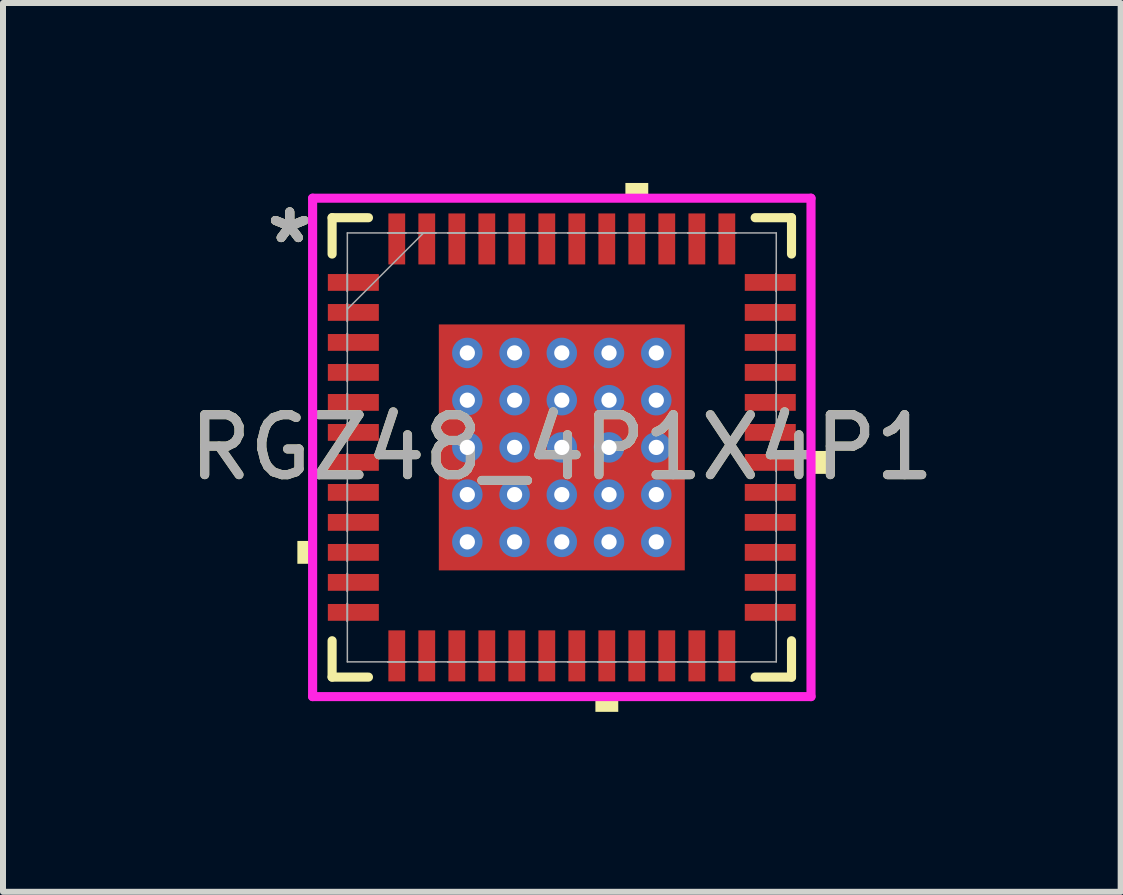
<source format=kicad_pcb>
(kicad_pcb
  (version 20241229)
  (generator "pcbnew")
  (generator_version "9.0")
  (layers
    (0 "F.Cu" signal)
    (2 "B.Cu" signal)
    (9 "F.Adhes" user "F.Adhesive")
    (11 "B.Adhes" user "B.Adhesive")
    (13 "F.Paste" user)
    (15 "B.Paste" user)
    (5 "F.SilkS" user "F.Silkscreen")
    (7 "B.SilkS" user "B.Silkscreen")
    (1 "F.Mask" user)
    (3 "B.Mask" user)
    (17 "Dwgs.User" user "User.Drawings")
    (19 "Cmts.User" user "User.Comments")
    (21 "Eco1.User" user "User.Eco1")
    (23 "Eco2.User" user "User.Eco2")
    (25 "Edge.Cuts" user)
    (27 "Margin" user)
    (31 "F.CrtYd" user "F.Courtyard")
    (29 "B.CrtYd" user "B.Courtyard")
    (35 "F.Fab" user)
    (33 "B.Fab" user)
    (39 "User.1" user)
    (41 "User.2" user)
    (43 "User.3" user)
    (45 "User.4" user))
  (footprint "RGZ48_4P1X4P1"
    (layer "F.Cu")
    (at 6.315 4.408)
    (property "Reference" "RGZ48_4P1X4P1" (at 0 0 0) (unlocked yes) (layer "F.SilkS") (effects (font (size 1 1) (thickness 0.15))))
    (attr smd)
    (fp_poly (pts (xy -3.97 -2.96) (xy -3.97 -2.54) (xy -2.98 -2.54) (xy -2.98 -2.96)) (stroke (width 0) (type solid)) (fill yes) (layer "F.Mask"))
    (fp_poly (pts (xy -3.97 -2.46) (xy -3.97 -2.04) (xy -2.98 -2.04) (xy -2.98 -2.46)) (stroke (width 0) (type solid)) (fill yes) (layer "F.Mask"))
    (fp_poly (pts (xy -3.97 -1.96) (xy -3.97 -1.54) (xy -2.98 -1.54) (xy -2.98 -1.96)) (stroke (width 0) (type solid)) (fill yes) (layer "F.Mask"))
    (fp_poly (pts (xy -3.97 -1.46) (xy -3.97 -1.04) (xy -2.98 -1.04) (xy -2.98 -1.46)) (stroke (width 0) (type solid)) (fill yes) (layer "F.Mask"))
    (fp_poly (pts (xy -3.97 -0.96) (xy -3.97 -0.54) (xy -2.98 -0.54) (xy -2.98 -0.96)) (stroke (width 0) (type solid)) (fill yes) (layer "F.Mask"))
    (fp_poly (pts (xy -3.97 -0.46) (xy -3.97 -0.04) (xy -2.98 -0.04) (xy -2.98 -0.46)) (stroke (width 0) (type solid)) (fill yes) (layer "F.Mask"))
    (fp_poly (pts (xy -3.97 0.04) (xy -3.97 0.46) (xy -2.98 0.46) (xy -2.98 0.04)) (stroke (width 0) (type solid)) (fill yes) (layer "F.Mask"))
    (fp_poly (pts (xy -3.97 0.54) (xy -3.97 0.96) (xy -2.98 0.96) (xy -2.98 0.54)) (stroke (width 0) (type solid)) (fill yes) (layer "F.Mask"))
    (fp_poly (pts (xy -3.97 1.04) (xy -3.97 1.46) (xy -2.98 1.46) (xy -2.98 1.04)) (stroke (width 0) (type solid)) (fill yes) (layer "F.Mask"))
    (fp_poly (pts (xy -3.97 1.54) (xy -3.97 1.96) (xy -2.98 1.96) (xy -2.98 1.54)) (stroke (width 0) (type solid)) (fill yes) (layer "F.Mask"))
    (fp_poly (pts (xy -3.97 2.04) (xy -3.97 2.46) (xy -2.98 2.46) (xy -2.98 2.04)) (stroke (width 0) (type solid)) (fill yes) (layer "F.Mask"))
    (fp_poly (pts (xy -3.97 2.54) (xy -3.97 2.96) (xy -2.98 2.96) (xy -2.98 2.54)) (stroke (width 0) (type solid)) (fill yes) (layer "F.Mask"))
    (fp_poly (pts (xy -2.96 -3.97) (xy -2.96 -2.98) (xy -2.541 -2.98) (xy -2.541 -3.97)) (stroke (width 0) (type solid)) (fill yes) (layer "F.Mask"))
    (fp_poly (pts (xy -2.96 2.98) (xy -2.96 3.97) (xy -2.541 3.97) (xy -2.541 2.98)) (stroke (width 0) (type solid)) (fill yes) (layer "F.Mask"))
    (fp_poly (pts (xy -2.46 -3.97) (xy -2.46 -2.98) (xy -2.041 -2.98) (xy -2.041 -3.97)) (stroke (width 0) (type solid)) (fill yes) (layer "F.Mask"))
    (fp_poly (pts (xy -2.46 2.98) (xy -2.46 3.97) (xy -2.041 3.97) (xy -2.041 2.98)) (stroke (width 0) (type solid)) (fill yes) (layer "F.Mask"))
    (fp_poly (pts (xy -2.114 -2.114) (xy -1.775 -2.114) (xy -1.775 2.114) (xy -2.114 2.114)) (stroke (width 0) (type solid)) (fill yes) (layer "F.Mask"))
    (fp_poly (pts (xy -2.114 -2.114) (xy 2.114 -2.114) (xy 2.114 -1.775) (xy -2.114 -1.775)) (stroke (width 0) (type solid)) (fill yes) (layer "F.Mask"))
    (fp_poly (pts (xy -2.114 -1.375) (xy 2.114 -1.375) (xy 2.114 -0.987) (xy -2.114 -0.987)) (stroke (width 0) (type solid)) (fill yes) (layer "F.Mask"))
    (fp_poly (pts (xy -2.114 -0.587) (xy 2.114 -0.587) (xy 2.114 -0.2) (xy -2.114 -0.2)) (stroke (width 0) (type solid)) (fill yes) (layer "F.Mask"))
    (fp_poly (pts (xy -2.114 0.2) (xy 2.114 0.2) (xy 2.114 0.587) (xy -2.114 0.587)) (stroke (width 0) (type solid)) (fill yes) (layer "F.Mask"))
    (fp_poly (pts (xy -2.114 0.987) (xy 2.114 0.987) (xy 2.114 1.375) (xy -2.114 1.375)) (stroke (width 0) (type solid)) (fill yes) (layer "F.Mask"))
    (fp_poly (pts (xy -2.114 1.775) (xy 2.114 1.775) (xy 2.114 2.114) (xy -2.114 2.114)) (stroke (width 0) (type solid)) (fill yes) (layer "F.Mask"))
    (fp_poly (pts (xy -1.96 -3.97) (xy -1.96 -2.98) (xy -1.541 -2.98) (xy -1.541 -3.97)) (stroke (width 0) (type solid)) (fill yes) (layer "F.Mask"))
    (fp_poly (pts (xy -1.96 2.98) (xy -1.96 3.97) (xy -1.541 3.97) (xy -1.541 2.98)) (stroke (width 0) (type solid)) (fill yes) (layer "F.Mask"))
    (fp_poly (pts (xy -1.46 -3.97) (xy -1.46 -2.98) (xy -1.041 -2.98) (xy -1.041 -3.97)) (stroke (width 0) (type solid)) (fill yes) (layer "F.Mask"))
    (fp_poly (pts (xy -1.46 2.98) (xy -1.46 3.97) (xy -1.041 3.97) (xy -1.041 2.98)) (stroke (width 0) (type solid)) (fill yes) (layer "F.Mask"))
    (fp_poly (pts (xy -0.987 -2.114) (xy -1.375 -2.114) (xy -1.375 2.114) (xy -0.987 2.114)) (stroke (width 0) (type solid)) (fill yes) (layer "F.Mask"))
    (fp_poly (pts (xy -0.96 -3.97) (xy -0.96 -2.98) (xy -0.541 -2.98) (xy -0.541 -3.97)) (stroke (width 0) (type solid)) (fill yes) (layer "F.Mask"))
    (fp_poly (pts (xy -0.96 2.98) (xy -0.96 3.97) (xy -0.541 3.97) (xy -0.541 2.98)) (stroke (width 0) (type solid)) (fill yes) (layer "F.Mask"))
    (fp_poly (pts (xy -0.46 -3.97) (xy -0.46 -2.98) (xy -0.041 -2.98) (xy -0.041 -3.97)) (stroke (width 0) (type solid)) (fill yes) (layer "F.Mask"))
    (fp_poly (pts (xy -0.46 2.98) (xy -0.46 3.97) (xy -0.041 3.97) (xy -0.041 2.98)) (stroke (width 0) (type solid)) (fill yes) (layer "F.Mask"))
    (fp_poly (pts (xy -0.2 -2.114) (xy -0.587 -2.114) (xy -0.587 2.114) (xy -0.2 2.114)) (stroke (width 0) (type solid)) (fill yes) (layer "F.Mask"))
    (fp_poly (pts (xy 0.041 -3.97) (xy 0.041 -2.98) (xy 0.46 -2.98) (xy 0.46 -3.97)) (stroke (width 0) (type solid)) (fill yes) (layer "F.Mask"))
    (fp_poly (pts (xy 0.041 2.98) (xy 0.041 3.97) (xy 0.46 3.97) (xy 0.46 2.98)) (stroke (width 0) (type solid)) (fill yes) (layer "F.Mask"))
    (fp_poly (pts (xy 0.541 -3.97) (xy 0.541 -2.98) (xy 0.96 -2.98) (xy 0.96 -3.97)) (stroke (width 0) (type solid)) (fill yes) (layer "F.Mask"))
    (fp_poly (pts (xy 0.541 2.98) (xy 0.541 3.97) (xy 0.96 3.97) (xy 0.96 2.98)) (stroke (width 0) (type solid)) (fill yes) (layer "F.Mask"))
    (fp_poly (pts (xy 0.587 -2.114) (xy 0.2 -2.114) (xy 0.2 2.114) (xy 0.587 2.114)) (stroke (width 0) (type solid)) (fill yes) (layer "F.Mask"))
    (fp_poly (pts (xy 1.041 -3.97) (xy 1.041 -2.98) (xy 1.46 -2.98) (xy 1.46 -3.97)) (stroke (width 0) (type solid)) (fill yes) (layer "F.Mask"))
    (fp_poly (pts (xy 1.041 2.98) (xy 1.041 3.97) (xy 1.46 3.97) (xy 1.46 2.98)) (stroke (width 0) (type solid)) (fill yes) (layer "F.Mask"))
    (fp_poly (pts (xy 1.375 -2.114) (xy 0.987 -2.114) (xy 0.987 2.114) (xy 1.375 2.114)) (stroke (width 0) (type solid)) (fill yes) (layer "F.Mask"))
    (fp_poly (pts (xy 1.541 -3.97) (xy 1.541 -2.98) (xy 1.96 -2.98) (xy 1.96 -3.97)) (stroke (width 0) (type solid)) (fill yes) (layer "F.Mask"))
    (fp_poly (pts (xy 1.541 2.98) (xy 1.541 3.97) (xy 1.96 3.97) (xy 1.96 2.98)) (stroke (width 0) (type solid)) (fill yes) (layer "F.Mask"))
    (fp_poly (pts (xy 1.775 -2.114) (xy 2.114 -2.114) (xy 2.114 2.114) (xy 1.775 2.114)) (stroke (width 0) (type solid)) (fill yes) (layer "F.Mask"))
    (fp_poly (pts (xy 2.041 -3.97) (xy 2.041 -2.98) (xy 2.46 -2.98) (xy 2.46 -3.97)) (stroke (width 0) (type solid)) (fill yes) (layer "F.Mask"))
    (fp_poly (pts (xy 2.041 2.98) (xy 2.041 3.97) (xy 2.46 3.97) (xy 2.46 2.98)) (stroke (width 0) (type solid)) (fill yes) (layer "F.Mask"))
    (fp_poly (pts (xy 2.541 -3.97) (xy 2.541 -2.98) (xy 2.96 -2.98) (xy 2.96 -3.97)) (stroke (width 0) (type solid)) (fill yes) (layer "F.Mask"))
    (fp_poly (pts (xy 2.541 2.98) (xy 2.541 3.97) (xy 2.96 3.97) (xy 2.96 2.98)) (stroke (width 0) (type solid)) (fill yes) (layer "F.Mask"))
    (fp_poly (pts (xy 2.98 -2.96) (xy 2.98 -2.54) (xy 3.97 -2.54) (xy 3.97 -2.96)) (stroke (width 0) (type solid)) (fill yes) (layer "F.Mask"))
    (fp_poly (pts (xy 2.98 -2.46) (xy 2.98 -2.04) (xy 3.97 -2.04) (xy 3.97 -2.46)) (stroke (width 0) (type solid)) (fill yes) (layer "F.Mask"))
    (fp_poly (pts (xy 2.98 -1.96) (xy 2.98 -1.54) (xy 3.97 -1.54) (xy 3.97 -1.96)) (stroke (width 0) (type solid)) (fill yes) (layer "F.Mask"))
    (fp_poly (pts (xy 2.98 -1.46) (xy 2.98 -1.04) (xy 3.97 -1.04) (xy 3.97 -1.46)) (stroke (width 0) (type solid)) (fill yes) (layer "F.Mask"))
    (fp_poly (pts (xy 2.98 -0.96) (xy 2.98 -0.54) (xy 3.97 -0.54) (xy 3.97 -0.96)) (stroke (width 0) (type solid)) (fill yes) (layer "F.Mask"))
    (fp_poly (pts (xy 2.98 -0.46) (xy 2.98 -0.04) (xy 3.97 -0.04) (xy 3.97 -0.46)) (stroke (width 0) (type solid)) (fill yes) (layer "F.Mask"))
    (fp_poly (pts (xy 2.98 0.04) (xy 2.98 0.46) (xy 3.97 0.46) (xy 3.97 0.04)) (stroke (width 0) (type solid)) (fill yes) (layer "F.Mask"))
    (fp_poly (pts (xy 2.98 0.54) (xy 2.98 0.96) (xy 3.97 0.96) (xy 3.97 0.54)) (stroke (width 0) (type solid)) (fill yes) (layer "F.Mask"))
    (fp_poly (pts (xy 2.98 1.04) (xy 2.98 1.46) (xy 3.97 1.46) (xy 3.97 1.04)) (stroke (width 0) (type solid)) (fill yes) (layer "F.Mask"))
    (fp_poly (pts (xy 2.98 1.54) (xy 2.98 1.96) (xy 3.97 1.96) (xy 3.97 1.54)) (stroke (width 0) (type solid)) (fill yes) (layer "F.Mask"))
    (fp_poly (pts (xy 2.98 2.04) (xy 2.98 2.46) (xy 3.97 2.46) (xy 3.97 2.04)) (stroke (width 0) (type solid)) (fill yes) (layer "F.Mask"))
    (fp_poly (pts (xy 2.98 2.54) (xy 2.98 2.96) (xy 3.97 2.96) (xy 3.97 2.54)) (stroke (width 0) (type solid)) (fill yes) (layer "F.Mask"))
    (fp_line (start -3.829 -3.829) (end -3.829 -3.223) (stroke (width 0.152) (type solid)) (layer "F.SilkS"))
    (fp_line (start -3.829 3.223) (end -3.829 3.829) (stroke (width 0.152) (type solid)) (layer "F.SilkS"))
    (fp_line (start -3.829 3.829) (end -3.223 3.829) (stroke (width 0.152) (type solid)) (layer "F.SilkS"))
    (fp_line (start -3.223 -3.829) (end -3.829 -3.829) (stroke (width 0.152) (type solid)) (layer "F.SilkS"))
    (fp_line (start 3.223 3.829) (end 3.829 3.829) (stroke (width 0.152) (type solid)) (layer "F.SilkS"))
    (fp_line (start 3.829 -3.829) (end 3.223 -3.829) (stroke (width 0.152) (type solid)) (layer "F.SilkS"))
    (fp_line (start 3.829 -3.223) (end 3.829 -3.829) (stroke (width 0.152) (type solid)) (layer "F.SilkS"))
    (fp_line (start 3.829 3.829) (end 3.829 3.223) (stroke (width 0.152) (type solid)) (layer "F.SilkS"))
    (fp_poly (pts (xy -4.408 1.559) (xy -4.408 1.94) (xy -4.154 1.94) (xy -4.154 1.559)) (stroke (width 0) (type solid)) (fill yes) (layer "F.SilkS"))
    (fp_poly (pts (xy 0.56 4.154) (xy 0.56 4.408) (xy 0.941 4.408) (xy 0.941 4.154)) (stroke (width 0) (type solid)) (fill yes) (layer "F.SilkS"))
    (fp_poly (pts (xy 1.06 -4.154) (xy 1.06 -4.408) (xy 1.441 -4.408) (xy 1.441 -4.154)) (stroke (width 0) (type solid)) (fill yes) (layer "F.SilkS"))
    (fp_poly (pts (xy 4.408 0.059) (xy 4.408 0.441) (xy 4.154 0.441) (xy 4.154 0.059)) (stroke (width 0) (type solid)) (fill yes) (layer "F.SilkS"))
    (fp_poly (pts (xy -3.875 -2.865) (xy -3.875 -2.635) (xy -3.075 -2.635) (xy -3.075 -2.865)) (stroke (width 0) (type solid)) (fill yes) (layer "F.Paste"))
    (fp_poly (pts (xy -3.875 -2.365) (xy -3.875 -2.135) (xy -3.075 -2.135) (xy -3.075 -2.365)) (stroke (width 0) (type solid)) (fill yes) (layer "F.Paste"))
    (fp_poly (pts (xy -3.875 -1.865) (xy -3.875 -1.635) (xy -3.075 -1.635) (xy -3.075 -1.865)) (stroke (width 0) (type solid)) (fill yes) (layer "F.Paste"))
    (fp_poly (pts (xy -3.875 -1.365) (xy -3.875 -1.135) (xy -3.075 -1.135) (xy -3.075 -1.365)) (stroke (width 0) (type solid)) (fill yes) (layer "F.Paste"))
    (fp_poly (pts (xy -3.875 -0.865) (xy -3.875 -0.635) (xy -3.075 -0.635) (xy -3.075 -0.865)) (stroke (width 0) (type solid)) (fill yes) (layer "F.Paste"))
    (fp_poly (pts (xy -3.875 -0.365) (xy -3.875 -0.135) (xy -3.075 -0.135) (xy -3.075 -0.365)) (stroke (width 0) (type solid)) (fill yes) (layer "F.Paste"))
    (fp_poly (pts (xy -3.875 0.135) (xy -3.875 0.365) (xy -3.075 0.365) (xy -3.075 0.135)) (stroke (width 0) (type solid)) (fill yes) (layer "F.Paste"))
    (fp_poly (pts (xy -3.875 0.635) (xy -3.875 0.865) (xy -3.075 0.865) (xy -3.075 0.635)) (stroke (width 0) (type solid)) (fill yes) (layer "F.Paste"))
    (fp_poly (pts (xy -3.875 1.135) (xy -3.875 1.365) (xy -3.075 1.365) (xy -3.075 1.135)) (stroke (width 0) (type solid)) (fill yes) (layer "F.Paste"))
    (fp_poly (pts (xy -3.875 1.635) (xy -3.875 1.865) (xy -3.075 1.865) (xy -3.075 1.635)) (stroke (width 0) (type solid)) (fill yes) (layer "F.Paste"))
    (fp_poly (pts (xy -3.875 2.135) (xy -3.875 2.365) (xy -3.075 2.365) (xy -3.075 2.135)) (stroke (width 0) (type solid)) (fill yes) (layer "F.Paste"))
    (fp_poly (pts (xy -3.875 2.635) (xy -3.875 2.865) (xy -3.075 2.865) (xy -3.075 2.635)) (stroke (width 0) (type solid)) (fill yes) (layer "F.Paste"))
    (fp_poly (pts (xy -2.866 -3.875) (xy -2.866 -3.075) (xy -2.636 -3.075) (xy -2.636 -3.875)) (stroke (width 0) (type solid)) (fill yes) (layer "F.Paste"))
    (fp_poly (pts (xy -2.866 3.075) (xy -2.866 3.875) (xy -2.636 3.875) (xy -2.636 3.075)) (stroke (width 0) (type solid)) (fill yes) (layer "F.Paste"))
    (fp_poly (pts (xy -2.366 -3.875) (xy -2.366 -3.075) (xy -2.136 -3.075) (xy -2.136 -3.875)) (stroke (width 0) (type solid)) (fill yes) (layer "F.Paste"))
    (fp_poly (pts (xy -2.366 3.075) (xy -2.366 3.875) (xy -2.136 3.875) (xy -2.136 3.075)) (stroke (width 0) (type solid)) (fill yes) (layer "F.Paste"))
    (fp_poly (pts (xy -1.866 -3.875) (xy -1.866 -3.075) (xy -1.635 -3.075) (xy -1.635 -3.875)) (stroke (width 0) (type solid)) (fill yes) (layer "F.Paste"))
    (fp_poly (pts (xy -1.866 3.075) (xy -1.866 3.875) (xy -1.635 3.875) (xy -1.635 3.075)) (stroke (width 0) (type solid)) (fill yes) (layer "F.Paste"))
    (fp_poly (pts (xy -1.365 -3.875) (xy -1.365 -3.075) (xy -1.135 -3.075) (xy -1.135 -3.875)) (stroke (width 0) (type solid)) (fill yes) (layer "F.Paste"))
    (fp_poly (pts (xy -1.365 3.075) (xy -1.365 3.875) (xy -1.135 3.875) (xy -1.135 3.075)) (stroke (width 0) (type solid)) (fill yes) (layer "F.Paste"))
    (fp_poly (pts (xy -0.865 -3.875) (xy -0.865 -3.075) (xy -0.635 -3.075) (xy -0.635 -3.875)) (stroke (width 0) (type solid)) (fill yes) (layer "F.Paste"))
    (fp_poly (pts (xy -0.865 3.075) (xy -0.865 3.875) (xy -0.635 3.875) (xy -0.635 3.075)) (stroke (width 0) (type solid)) (fill yes) (layer "F.Paste"))
    (fp_poly (pts (xy -0.365 -3.875) (xy -0.365 -3.075) (xy -0.135 -3.075) (xy -0.135 -3.875)) (stroke (width 0) (type solid)) (fill yes) (layer "F.Paste"))
    (fp_poly (pts (xy -0.365 3.075) (xy -0.365 3.875) (xy -0.135 3.875) (xy -0.135 3.075)) (stroke (width 0) (type solid)) (fill yes) (layer "F.Paste"))
    (fp_poly (pts (xy 0.135 -3.875) (xy 0.135 -3.075) (xy 0.365 -3.075) (xy 0.365 -3.875)) (stroke (width 0) (type solid)) (fill yes) (layer "F.Paste"))
    (fp_poly (pts (xy 0.135 3.075) (xy 0.135 3.875) (xy 0.365 3.875) (xy 0.365 3.075)) (stroke (width 0) (type solid)) (fill yes) (layer "F.Paste"))
    (fp_poly (pts (xy 0.635 -3.875) (xy 0.635 -3.075) (xy 0.865 -3.075) (xy 0.865 -3.875)) (stroke (width 0) (type solid)) (fill yes) (layer "F.Paste"))
    (fp_poly (pts (xy 0.635 3.075) (xy 0.635 3.875) (xy 0.865 3.875) (xy 0.865 3.075)) (stroke (width 0) (type solid)) (fill yes) (layer "F.Paste"))
    (fp_poly (pts (xy 1.135 -3.875) (xy 1.135 -3.075) (xy 1.365 -3.075) (xy 1.365 -3.875)) (stroke (width 0) (type solid)) (fill yes) (layer "F.Paste"))
    (fp_poly (pts (xy 1.135 3.075) (xy 1.135 3.875) (xy 1.365 3.875) (xy 1.365 3.075)) (stroke (width 0) (type solid)) (fill yes) (layer "F.Paste"))
    (fp_poly (pts (xy 1.635 -3.875) (xy 1.635 -3.075) (xy 1.866 -3.075) (xy 1.866 -3.875)) (stroke (width 0) (type solid)) (fill yes) (layer "F.Paste"))
    (fp_poly (pts (xy 1.635 3.075) (xy 1.635 3.875) (xy 1.866 3.875) (xy 1.866 3.075)) (stroke (width 0) (type solid)) (fill yes) (layer "F.Paste"))
    (fp_poly (pts (xy 2.136 -3.875) (xy 2.136 -3.075) (xy 2.366 -3.075) (xy 2.366 -3.875)) (stroke (width 0) (type solid)) (fill yes) (layer "F.Paste"))
    (fp_poly (pts (xy 2.136 3.075) (xy 2.136 3.875) (xy 2.366 3.875) (xy 2.366 3.075)) (stroke (width 0) (type solid)) (fill yes) (layer "F.Paste"))
    (fp_poly (pts (xy 2.636 -3.875) (xy 2.636 -3.075) (xy 2.866 -3.075) (xy 2.866 -3.875)) (stroke (width 0) (type solid)) (fill yes) (layer "F.Paste"))
    (fp_poly (pts (xy 2.636 3.075) (xy 2.636 3.875) (xy 2.866 3.875) (xy 2.866 3.075)) (stroke (width 0) (type solid)) (fill yes) (layer "F.Paste"))
    (fp_poly (pts (xy 3.075 -2.865) (xy 3.075 -2.635) (xy 3.875 -2.635) (xy 3.875 -2.865)) (stroke (width 0) (type solid)) (fill yes) (layer "F.Paste"))
    (fp_poly (pts (xy 3.075 -2.365) (xy 3.075 -2.135) (xy 3.875 -2.135) (xy 3.875 -2.365)) (stroke (width 0) (type solid)) (fill yes) (layer "F.Paste"))
    (fp_poly (pts (xy 3.075 -1.865) (xy 3.075 -1.635) (xy 3.875 -1.635) (xy 3.875 -1.865)) (stroke (width 0) (type solid)) (fill yes) (layer "F.Paste"))
    (fp_poly (pts (xy 3.075 -1.365) (xy 3.075 -1.135) (xy 3.875 -1.135) (xy 3.875 -1.365)) (stroke (width 0) (type solid)) (fill yes) (layer "F.Paste"))
    (fp_poly (pts (xy 3.075 -0.865) (xy 3.075 -0.635) (xy 3.875 -0.635) (xy 3.875 -0.865)) (stroke (width 0) (type solid)) (fill yes) (layer "F.Paste"))
    (fp_poly (pts (xy 3.075 -0.365) (xy 3.075 -0.135) (xy 3.875 -0.135) (xy 3.875 -0.365)) (stroke (width 0) (type solid)) (fill yes) (layer "F.Paste"))
    (fp_poly (pts (xy 3.075 0.135) (xy 3.075 0.365) (xy 3.875 0.365) (xy 3.875 0.135)) (stroke (width 0) (type solid)) (fill yes) (layer "F.Paste"))
    (fp_poly (pts (xy 3.075 0.635) (xy 3.075 0.865) (xy 3.875 0.865) (xy 3.875 0.635)) (stroke (width 0) (type solid)) (fill yes) (layer "F.Paste"))
    (fp_poly (pts (xy 3.075 1.135) (xy 3.075 1.365) (xy 3.875 1.365) (xy 3.875 1.135)) (stroke (width 0) (type solid)) (fill yes) (layer "F.Paste"))
    (fp_poly (pts (xy 3.075 1.635) (xy 3.075 1.865) (xy 3.875 1.865) (xy 3.875 1.635)) (stroke (width 0) (type solid)) (fill yes) (layer "F.Paste"))
    (fp_poly (pts (xy 3.075 2.135) (xy 3.075 2.365) (xy 3.875 2.365) (xy 3.875 2.135)) (stroke (width 0) (type solid)) (fill yes) (layer "F.Paste"))
    (fp_poly (pts (xy 3.075 2.635) (xy 3.075 2.865) (xy 3.875 2.865) (xy 3.875 2.635)) (stroke (width 0) (type solid)) (fill yes) (layer "F.Paste"))
    (fp_poly (pts (xy -1.975 -1.975) (xy -1.975 -1.675) (xy -1.816 -1.675) (xy -1.675 -1.816) (xy -1.675 -1.975)) (stroke (width 0) (type solid)) (fill yes) (layer "F.Paste"))
    (fp_poly (pts (xy -1.975 1.675) (xy -1.975 1.975) (xy -1.675 1.975) (xy -1.675 1.816) (xy -1.816 1.675)) (stroke (width 0) (type solid)) (fill yes) (layer "F.Paste"))
    (fp_poly (pts (xy 1.675 -1.975) (xy 1.675 -1.816) (xy 1.816 -1.675) (xy 1.975 -1.675) (xy 1.975 -1.975)) (stroke (width 0) (type solid)) (fill yes) (layer "F.Paste"))
    (fp_poly (pts (xy 1.816 1.675) (xy 1.675 1.816) (xy 1.675 1.975) (xy 1.975 1.975) (xy 1.975 1.675)) (stroke (width 0) (type solid)) (fill yes) (layer "F.Paste"))
    (fp_poly (pts (xy -1.975 -1.475) (xy -1.975 -0.887) (xy -1.816 -0.887) (xy -1.675 -1.029) (xy -1.675 -1.333) (xy -1.816 -1.475)) (stroke (width 0) (type solid)) (fill yes) (layer "F.Paste"))
    (fp_poly (pts (xy -1.975 -0.687) (xy -1.975 -0.1) (xy -1.816 -0.1) (xy -1.675 -0.241) (xy -1.675 -0.546) (xy -1.816 -0.687)) (stroke (width 0) (type solid)) (fill yes) (layer "F.Paste"))
    (fp_poly (pts (xy -1.975 0.1) (xy -1.975 0.687) (xy -1.816 0.687) (xy -1.675 0.546) (xy -1.675 0.241) (xy -1.816 0.1)) (stroke (width 0) (type solid)) (fill yes) (layer "F.Paste"))
    (fp_poly (pts (xy -1.975 0.887) (xy -1.975 1.475) (xy -1.816 1.475) (xy -1.675 1.333) (xy -1.675 1.029) (xy -1.816 0.887)) (stroke (width 0) (type solid)) (fill yes) (layer "F.Paste"))
    (fp_poly (pts (xy -1.475 -1.975) (xy -1.475 -1.816) (xy -1.333 -1.675) (xy -1.029 -1.675) (xy -0.887 -1.816) (xy -0.887 -1.975)) (stroke (width 0) (type solid)) (fill yes) (layer "F.Paste"))
    (fp_poly (pts (xy -1.333 1.675) (xy -1.475 1.816) (xy -1.475 1.975) (xy -0.887 1.975) (xy -0.887 1.816) (xy -1.029 1.675)) (stroke (width 0) (type solid)) (fill yes) (layer "F.Paste"))
    (fp_poly (pts (xy -0.687 -1.975) (xy -0.687 -1.816) (xy -0.546 -1.675) (xy -0.241 -1.675) (xy -0.1 -1.816) (xy -0.1 -1.975)) (stroke (width 0) (type solid)) (fill yes) (layer "F.Paste"))
    (fp_poly (pts (xy -0.546 1.675) (xy -0.687 1.816) (xy -0.687 1.975) (xy -0.1 1.975) (xy -0.1 1.816) (xy -0.241 1.675)) (stroke (width 0) (type solid)) (fill yes) (layer "F.Paste"))
    (fp_poly (pts (xy 0.1 -1.975) (xy 0.1 -1.816) (xy 0.241 -1.675) (xy 0.546 -1.675) (xy 0.687 -1.816) (xy 0.687 -1.975)) (stroke (width 0) (type solid)) (fill yes) (layer "F.Paste"))
    (fp_poly (pts (xy 0.241 1.675) (xy 0.1 1.816) (xy 0.1 1.975) (xy 0.687 1.975) (xy 0.687 1.816) (xy 0.546 1.675)) (stroke (width 0) (type solid)) (fill yes) (layer "F.Paste"))
    (fp_poly (pts (xy 0.887 -1.975) (xy 0.887 -1.816) (xy 1.029 -1.675) (xy 1.333 -1.675) (xy 1.475 -1.816) (xy 1.475 -1.975)) (stroke (width 0) (type solid)) (fill yes) (layer "F.Paste"))
    (fp_poly (pts (xy 1.029 1.675) (xy 0.887 1.816) (xy 0.887 1.975) (xy 1.475 1.975) (xy 1.475 1.816) (xy 1.333 1.675)) (stroke (width 0) (type solid)) (fill yes) (layer "F.Paste"))
    (fp_poly (pts (xy 1.816 -1.475) (xy 1.675 -1.333) (xy 1.675 -1.029) (xy 1.816 -0.887) (xy 1.975 -0.887) (xy 1.975 -1.475)) (stroke (width 0) (type solid)) (fill yes) (layer "F.Paste"))
    (fp_poly (pts (xy 1.816 -0.687) (xy 1.675 -0.546) (xy 1.675 -0.241) (xy 1.816 -0.1) (xy 1.975 -0.1) (xy 1.975 -0.687)) (stroke (width 0) (type solid)) (fill yes) (layer "F.Paste"))
    (fp_poly (pts (xy 1.816 0.1) (xy 1.675 0.241) (xy 1.675 0.546) (xy 1.816 0.687) (xy 1.975 0.687) (xy 1.975 0.1)) (stroke (width 0) (type solid)) (fill yes) (layer "F.Paste"))
    (fp_poly (pts (xy 1.816 0.887) (xy 1.675 1.029) (xy 1.675 1.333) (xy 1.816 1.475) (xy 1.975 1.475) (xy 1.975 0.887)) (stroke (width 0) (type solid)) (fill yes) (layer "F.Paste"))
    (fp_poly (pts (xy -1.333 -1.475) (xy -1.475 -1.333) (xy -1.475 -1.029) (xy -1.333 -0.887) (xy -1.029 -0.887) (xy -0.887 -1.029) (xy -0.887 -1.333) (xy -1.029 -1.475)) (stroke (width 0) (type solid)) (fill yes) (layer "F.Paste"))
    (fp_poly (pts (xy -1.333 -0.687) (xy -1.475 -0.546) (xy -1.475 -0.241) (xy -1.333 -0.1) (xy -1.029 -0.1) (xy -0.887 -0.241) (xy -0.887 -0.546) (xy -1.029 -0.687)) (stroke (width 0) (type solid)) (fill yes) (layer "F.Paste"))
    (fp_poly (pts (xy -1.333 0.1) (xy -1.475 0.241) (xy -1.475 0.546) (xy -1.333 0.687) (xy -1.029 0.687) (xy -0.887 0.546) (xy -0.887 0.241) (xy -1.029 0.1)) (stroke (width 0) (type solid)) (fill yes) (layer "F.Paste"))
    (fp_poly (pts (xy -1.333 0.887) (xy -1.475 1.029) (xy -1.475 1.333) (xy -1.333 1.475) (xy -1.029 1.475) (xy -0.887 1.333) (xy -0.887 1.029) (xy -1.029 0.887)) (stroke (width 0) (type solid)) (fill yes) (layer "F.Paste"))
    (fp_poly (pts (xy -0.546 -1.475) (xy -0.687 -1.333) (xy -0.687 -1.029) (xy -0.546 -0.887) (xy -0.241 -0.887) (xy -0.1 -1.029) (xy -0.1 -1.333) (xy -0.241 -1.475)) (stroke (width 0) (type solid)) (fill yes) (layer "F.Paste"))
    (fp_poly (pts (xy -0.546 -0.687) (xy -0.687 -0.546) (xy -0.687 -0.241) (xy -0.546 -0.1) (xy -0.241 -0.1) (xy -0.1 -0.241) (xy -0.1 -0.546) (xy -0.241 -0.687)) (stroke (width 0) (type solid)) (fill yes) (layer "F.Paste"))
    (fp_poly (pts (xy -0.546 0.1) (xy -0.687 0.241) (xy -0.687 0.546) (xy -0.546 0.687) (xy -0.241 0.687) (xy -0.1 0.546) (xy -0.1 0.241) (xy -0.241 0.1)) (stroke (width 0) (type solid)) (fill yes) (layer "F.Paste"))
    (fp_poly (pts (xy -0.546 0.887) (xy -0.687 1.029) (xy -0.687 1.333) (xy -0.546 1.475) (xy -0.241 1.475) (xy -0.1 1.333) (xy -0.1 1.029) (xy -0.241 0.887)) (stroke (width 0) (type solid)) (fill yes) (layer "F.Paste"))
    (fp_poly (pts (xy 0.241 -1.475) (xy 0.1 -1.333) (xy 0.1 -1.029) (xy 0.241 -0.887) (xy 0.546 -0.887) (xy 0.687 -1.029) (xy 0.687 -1.333) (xy 0.546 -1.475)) (stroke (width 0) (type solid)) (fill yes) (layer "F.Paste"))
    (fp_poly (pts (xy 0.241 -0.687) (xy 0.1 -0.546) (xy 0.1 -0.241) (xy 0.241 -0.1) (xy 0.546 -0.1) (xy 0.687 -0.241) (xy 0.687 -0.546) (xy 0.546 -0.687)) (stroke (width 0) (type solid)) (fill yes) (layer "F.Paste"))
    (fp_poly (pts (xy 0.241 0.1) (xy 0.1 0.241) (xy 0.1 0.546) (xy 0.241 0.687) (xy 0.546 0.687) (xy 0.687 0.546) (xy 0.687 0.241) (xy 0.546 0.1)) (stroke (width 0) (type solid)) (fill yes) (layer "F.Paste"))
    (fp_poly (pts (xy 0.241 0.887) (xy 0.1 1.029) (xy 0.1 1.333) (xy 0.241 1.475) (xy 0.546 1.475) (xy 0.687 1.333) (xy 0.687 1.029) (xy 0.546 0.887)) (stroke (width 0) (type solid)) (fill yes) (layer "F.Paste"))
    (fp_poly (pts (xy 1.029 -1.475) (xy 0.887 -1.333) (xy 0.887 -1.029) (xy 1.029 -0.887) (xy 1.333 -0.887) (xy 1.475 -1.029) (xy 1.475 -1.333) (xy 1.333 -1.475)) (stroke (width 0) (type solid)) (fill yes) (layer "F.Paste"))
    (fp_poly (pts (xy 1.029 -0.687) (xy 0.887 -0.546) (xy 0.887 -0.241) (xy 1.029 -0.1) (xy 1.333 -0.1) (xy 1.475 -0.241) (xy 1.475 -0.546) (xy 1.333 -0.687)) (stroke (width 0) (type solid)) (fill yes) (layer "F.Paste"))
    (fp_poly (pts (xy 1.029 0.1) (xy 0.887 0.241) (xy 0.887 0.546) (xy 1.029 0.687) (xy 1.333 0.687) (xy 1.475 0.546) (xy 1.475 0.241) (xy 1.333 0.1)) (stroke (width 0) (type solid)) (fill yes) (layer "F.Paste"))
    (fp_poly (pts (xy 1.029 0.887) (xy 0.887 1.029) (xy 0.887 1.333) (xy 1.029 1.475) (xy 1.333 1.475) (xy 1.475 1.333) (xy 1.475 1.029) (xy 1.333 0.887)) (stroke (width 0) (type solid)) (fill yes) (layer "F.Paste"))
    (fp_line (start -4.154 -4.154) (end 4.154 -4.154) (stroke (width 0.152) (type solid)) (layer "F.CrtYd"))
    (fp_line (start -4.154 4.154) (end -4.154 -4.154) (stroke (width 0.152) (type solid)) (layer "F.CrtYd"))
    (fp_line (start 4.154 -4.154) (end 4.154 4.154) (stroke (width 0.152) (type solid)) (layer "F.CrtYd"))
    (fp_line (start 4.154 4.154) (end -4.154 4.154) (stroke (width 0.152) (type solid)) (layer "F.CrtYd"))
    (fp_line (start -3.575 -3.575) (end -3.575 3.575) (stroke (width 0.025) (type solid)) (layer "F.Fab"))
    (fp_line (start -3.575 -2.9) (end -3.575 -2.9) (stroke (width 0.025) (type solid)) (layer "F.Fab"))
    (fp_line (start -3.575 -2.9) (end -3.575 -2.6) (stroke (width 0.025) (type solid)) (layer "F.Fab"))
    (fp_line (start -3.575 -2.6) (end -3.575 -2.9) (stroke (width 0.025) (type solid)) (layer "F.Fab"))
    (fp_line (start -3.575 -2.6) (end -3.575 -2.6) (stroke (width 0.025) (type solid)) (layer "F.Fab"))
    (fp_line (start -3.575 -2.4) (end -3.575 -2.4) (stroke (width 0.025) (type solid)) (layer "F.Fab"))
    (fp_line (start -3.575 -2.4) (end -3.575 -2.1) (stroke (width 0.025) (type solid)) (layer "F.Fab"))
    (fp_line (start -3.575 -2.305) (end -2.305 -3.575) (stroke (width 0.025) (type solid)) (layer "F.Fab"))
    (fp_line (start -3.575 -2.1) (end -3.575 -2.4) (stroke (width 0.025) (type solid)) (layer "F.Fab"))
    (fp_line (start -3.575 -2.1) (end -3.575 -2.1) (stroke (width 0.025) (type solid)) (layer "F.Fab"))
    (fp_line (start -3.575 -1.9) (end -3.575 -1.9) (stroke (width 0.025) (type solid)) (layer "F.Fab"))
    (fp_line (start -3.575 -1.9) (end -3.575 -1.6) (stroke (width 0.025) (type solid)) (layer "F.Fab"))
    (fp_line (start -3.575 -1.6) (end -3.575 -1.9) (stroke (width 0.025) (type solid)) (layer "F.Fab"))
    (fp_line (start -3.575 -1.6) (end -3.575 -1.6) (stroke (width 0.025) (type solid)) (layer "F.Fab"))
    (fp_line (start -3.575 -1.4) (end -3.575 -1.4) (stroke (width 0.025) (type solid)) (layer "F.Fab"))
    (fp_line (start -3.575 -1.4) (end -3.575 -1.1) (stroke (width 0.025) (type solid)) (layer "F.Fab"))
    (fp_line (start -3.575 -1.1) (end -3.575 -1.4) (stroke (width 0.025) (type solid)) (layer "F.Fab"))
    (fp_line (start -3.575 -1.1) (end -3.575 -1.1) (stroke (width 0.025) (type solid)) (layer "F.Fab"))
    (fp_line (start -3.575 -0.9) (end -3.575 -0.9) (stroke (width 0.025) (type solid)) (layer "F.Fab"))
    (fp_line (start -3.575 -0.9) (end -3.575 -0.6) (stroke (width 0.025) (type solid)) (layer "F.Fab"))
    (fp_line (start -3.575 -0.6) (end -3.575 -0.9) (stroke (width 0.025) (type solid)) (layer "F.Fab"))
    (fp_line (start -3.575 -0.6) (end -3.575 -0.6) (stroke (width 0.025) (type solid)) (layer "F.Fab"))
    (fp_line (start -3.575 -0.4) (end -3.575 -0.4) (stroke (width 0.025) (type solid)) (layer "F.Fab"))
    (fp_line (start -3.575 -0.4) (end -3.575 -0.1) (stroke (width 0.025) (type solid)) (layer "F.Fab"))
    (fp_line (start -3.575 -0.1) (end -3.575 -0.4) (stroke (width 0.025) (type solid)) (layer "F.Fab"))
    (fp_line (start -3.575 -0.1) (end -3.575 -0.1) (stroke (width 0.025) (type solid)) (layer "F.Fab"))
    (fp_line (start -3.575 0.1) (end -3.575 0.1) (stroke (width 0.025) (type solid)) (layer "F.Fab"))
    (fp_line (start -3.575 0.1) (end -3.575 0.4) (stroke (width 0.025) (type solid)) (layer "F.Fab"))
    (fp_line (start -3.575 0.4) (end -3.575 0.1) (stroke (width 0.025) (type solid)) (layer "F.Fab"))
    (fp_line (start -3.575 0.4) (end -3.575 0.4) (stroke (width 0.025) (type solid)) (layer "F.Fab"))
    (fp_line (start -3.575 0.6) (end -3.575 0.6) (stroke (width 0.025) (type solid)) (layer "F.Fab"))
    (fp_line (start -3.575 0.6) (end -3.575 0.9) (stroke (width 0.025) (type solid)) (layer "F.Fab"))
    (fp_line (start -3.575 0.9) (end -3.575 0.6) (stroke (width 0.025) (type solid)) (layer "F.Fab"))
    (fp_line (start -3.575 0.9) (end -3.575 0.9) (stroke (width 0.025) (type solid)) (layer "F.Fab"))
    (fp_line (start -3.575 1.1) (end -3.575 1.1) (stroke (width 0.025) (type solid)) (layer "F.Fab"))
    (fp_line (start -3.575 1.1) (end -3.575 1.4) (stroke (width 0.025) (type solid)) (layer "F.Fab"))
    (fp_line (start -3.575 1.4) (end -3.575 1.1) (stroke (width 0.025) (type solid)) (layer "F.Fab"))
    (fp_line (start -3.575 1.4) (end -3.575 1.4) (stroke (width 0.025) (type solid)) (layer "F.Fab"))
    (fp_line (start -3.575 1.6) (end -3.575 1.6) (stroke (width 0.025) (type solid)) (layer "F.Fab"))
    (fp_line (start -3.575 1.6) (end -3.575 1.9) (stroke (width 0.025) (type solid)) (layer "F.Fab"))
    (fp_line (start -3.575 1.9) (end -3.575 1.6) (stroke (width 0.025) (type solid)) (layer "F.Fab"))
    (fp_line (start -3.575 1.9) (end -3.575 1.9) (stroke (width 0.025) (type solid)) (layer "F.Fab"))
    (fp_line (start -3.575 2.1) (end -3.575 2.1) (stroke (width 0.025) (type solid)) (layer "F.Fab"))
    (fp_line (start -3.575 2.1) (end -3.575 2.4) (stroke (width 0.025) (type solid)) (layer "F.Fab"))
    (fp_line (start -3.575 2.4) (end -3.575 2.1) (stroke (width 0.025) (type solid)) (layer "F.Fab"))
    (fp_line (start -3.575 2.4) (end -3.575 2.4) (stroke (width 0.025) (type solid)) (layer "F.Fab"))
    (fp_line (start -3.575 2.6) (end -3.575 2.6) (stroke (width 0.025) (type solid)) (layer "F.Fab"))
    (fp_line (start -3.575 2.6) (end -3.575 2.9) (stroke (width 0.025) (type solid)) (layer "F.Fab"))
    (fp_line (start -3.575 2.9) (end -3.575 2.6) (stroke (width 0.025) (type solid)) (layer "F.Fab"))
    (fp_line (start -3.575 2.9) (end -3.575 2.9) (stroke (width 0.025) (type solid)) (layer "F.Fab"))
    (fp_line (start -3.575 3.575) (end 3.575 3.575) (stroke (width 0.025) (type solid)) (layer "F.Fab"))
    (fp_line (start -2.9 -3.575) (end -2.9 -3.575) (stroke (width 0.025) (type solid)) (layer "F.Fab"))
    (fp_line (start -2.9 -3.575) (end -2.6 -3.575) (stroke (width 0.025) (type solid)) (layer "F.Fab"))
    (fp_line (start -2.9 3.575) (end -2.9 3.575) (stroke (width 0.025) (type solid)) (layer "F.Fab"))
    (fp_line (start -2.9 3.575) (end -2.6 3.575) (stroke (width 0.025) (type solid)) (layer "F.Fab"))
    (fp_line (start -2.6 -3.575) (end -2.9 -3.575) (stroke (width 0.025) (type solid)) (layer "F.Fab"))
    (fp_line (start -2.6 -3.575) (end -2.6 -3.575) (stroke (width 0.025) (type solid)) (layer "F.Fab"))
    (fp_line (start -2.6 3.575) (end -2.9 3.575) (stroke (width 0.025) (type solid)) (layer "F.Fab"))
    (fp_line (start -2.6 3.575) (end -2.6 3.575) (stroke (width 0.025) (type solid)) (layer "F.Fab"))
    (fp_line (start -2.4 -3.575) (end -2.4 -3.575) (stroke (width 0.025) (type solid)) (layer "F.Fab"))
    (fp_line (start -2.4 -3.575) (end -2.1 -3.575) (stroke (width 0.025) (type solid)) (layer "F.Fab"))
    (fp_line (start -2.4 3.575) (end -2.4 3.575) (stroke (width 0.025) (type solid)) (layer "F.Fab"))
    (fp_line (start -2.4 3.575) (end -2.1 3.575) (stroke (width 0.025) (type solid)) (layer "F.Fab"))
    (fp_line (start -2.1 -3.575) (end -2.4 -3.575) (stroke (width 0.025) (type solid)) (layer "F.Fab"))
    (fp_line (start -2.1 -3.575) (end -2.1 -3.575) (stroke (width 0.025) (type solid)) (layer "F.Fab"))
    (fp_line (start -2.1 3.575) (end -2.4 3.575) (stroke (width 0.025) (type solid)) (layer "F.Fab"))
    (fp_line (start -2.1 3.575) (end -2.1 3.575) (stroke (width 0.025) (type solid)) (layer "F.Fab"))
    (fp_line (start -1.9 -3.575) (end -1.9 -3.575) (stroke (width 0.025) (type solid)) (layer "F.Fab"))
    (fp_line (start -1.9 -3.575) (end -1.6 -3.575) (stroke (width 0.025) (type solid)) (layer "F.Fab"))
    (fp_line (start -1.9 3.575) (end -1.9 3.575) (stroke (width 0.025) (type solid)) (layer "F.Fab"))
    (fp_line (start -1.9 3.575) (end -1.6 3.575) (stroke (width 0.025) (type solid)) (layer "F.Fab"))
    (fp_line (start -1.6 -3.575) (end -1.9 -3.575) (stroke (width 0.025) (type solid)) (layer "F.Fab"))
    (fp_line (start -1.6 -3.575) (end -1.6 -3.575) (stroke (width 0.025) (type solid)) (layer "F.Fab"))
    (fp_line (start -1.6 3.575) (end -1.9 3.575) (stroke (width 0.025) (type solid)) (layer "F.Fab"))
    (fp_line (start -1.6 3.575) (end -1.6 3.575) (stroke (width 0.025) (type solid)) (layer "F.Fab"))
    (fp_line (start -1.4 -3.575) (end -1.4 -3.575) (stroke (width 0.025) (type solid)) (layer "F.Fab"))
    (fp_line (start -1.4 -3.575) (end -1.1 -3.575) (stroke (width 0.025) (type solid)) (layer "F.Fab"))
    (fp_line (start -1.4 3.575) (end -1.4 3.575) (stroke (width 0.025) (type solid)) (layer "F.Fab"))
    (fp_line (start -1.4 3.575) (end -1.1 3.575) (stroke (width 0.025) (type solid)) (layer "F.Fab"))
    (fp_line (start -1.1 -3.575) (end -1.4 -3.575) (stroke (width 0.025) (type solid)) (layer "F.Fab"))
    (fp_line (start -1.1 -3.575) (end -1.1 -3.575) (stroke (width 0.025) (type solid)) (layer "F.Fab"))
    (fp_line (start -1.1 3.575) (end -1.4 3.575) (stroke (width 0.025) (type solid)) (layer "F.Fab"))
    (fp_line (start -1.1 3.575) (end -1.1 3.575) (stroke (width 0.025) (type solid)) (layer "F.Fab"))
    (fp_line (start -0.9 -3.575) (end -0.9 -3.575) (stroke (width 0.025) (type solid)) (layer "F.Fab"))
    (fp_line (start -0.9 -3.575) (end -0.6 -3.575) (stroke (width 0.025) (type solid)) (layer "F.Fab"))
    (fp_line (start -0.9 3.575) (end -0.9 3.575) (stroke (width 0.025) (type solid)) (layer "F.Fab"))
    (fp_line (start -0.9 3.575) (end -0.6 3.575) (stroke (width 0.025) (type solid)) (layer "F.Fab"))
    (fp_line (start -0.6 -3.575) (end -0.9 -3.575) (stroke (width 0.025) (type solid)) (layer "F.Fab"))
    (fp_line (start -0.6 -3.575) (end -0.6 -3.575) (stroke (width 0.025) (type solid)) (layer "F.Fab"))
    (fp_line (start -0.6 3.575) (end -0.9 3.575) (stroke (width 0.025) (type solid)) (layer "F.Fab"))
    (fp_line (start -0.6 3.575) (end -0.6 3.575) (stroke (width 0.025) (type solid)) (layer "F.Fab"))
    (fp_line (start -0.4 -3.575) (end -0.4 -3.575) (stroke (width 0.025) (type solid)) (layer "F.Fab"))
    (fp_line (start -0.4 -3.575) (end -0.1 -3.575) (stroke (width 0.025) (type solid)) (layer "F.Fab"))
    (fp_line (start -0.4 3.575) (end -0.4 3.575) (stroke (width 0.025) (type solid)) (layer "F.Fab"))
    (fp_line (start -0.4 3.575) (end -0.1 3.575) (stroke (width 0.025) (type solid)) (layer "F.Fab"))
    (fp_line (start -0.1 -3.575) (end -0.4 -3.575) (stroke (width 0.025) (type solid)) (layer "F.Fab"))
    (fp_line (start -0.1 -3.575) (end -0.1 -3.575) (stroke (width 0.025) (type solid)) (layer "F.Fab"))
    (fp_line (start -0.1 3.575) (end -0.4 3.575) (stroke (width 0.025) (type solid)) (layer "F.Fab"))
    (fp_line (start -0.1 3.575) (end -0.1 3.575) (stroke (width 0.025) (type solid)) (layer "F.Fab"))
    (fp_line (start 0.1 -3.575) (end 0.1 -3.575) (stroke (width 0.025) (type solid)) (layer "F.Fab"))
    (fp_line (start 0.1 -3.575) (end 0.4 -3.575) (stroke (width 0.025) (type solid)) (layer "F.Fab"))
    (fp_line (start 0.1 3.575) (end 0.1 3.575) (stroke (width 0.025) (type solid)) (layer "F.Fab"))
    (fp_line (start 0.1 3.575) (end 0.4 3.575) (stroke (width 0.025) (type solid)) (layer "F.Fab"))
    (fp_line (start 0.4 -3.575) (end 0.1 -3.575) (stroke (width 0.025) (type solid)) (layer "F.Fab"))
    (fp_line (start 0.4 -3.575) (end 0.4 -3.575) (stroke (width 0.025) (type solid)) (layer "F.Fab"))
    (fp_line (start 0.4 3.575) (end 0.1 3.575) (stroke (width 0.025) (type solid)) (layer "F.Fab"))
    (fp_line (start 0.4 3.575) (end 0.4 3.575) (stroke (width 0.025) (type solid)) (layer "F.Fab"))
    (fp_line (start 0.6 -3.575) (end 0.6 -3.575) (stroke (width 0.025) (type solid)) (layer "F.Fab"))
    (fp_line (start 0.6 -3.575) (end 0.9 -3.575) (stroke (width 0.025) (type solid)) (layer "F.Fab"))
    (fp_line (start 0.6 3.575) (end 0.6 3.575) (stroke (width 0.025) (type solid)) (layer "F.Fab"))
    (fp_line (start 0.6 3.575) (end 0.9 3.575) (stroke (width 0.025) (type solid)) (layer "F.Fab"))
    (fp_line (start 0.9 -3.575) (end 0.6 -3.575) (stroke (width 0.025) (type solid)) (layer "F.Fab"))
    (fp_line (start 0.9 -3.575) (end 0.9 -3.575) (stroke (width 0.025) (type solid)) (layer "F.Fab"))
    (fp_line (start 0.9 3.575) (end 0.6 3.575) (stroke (width 0.025) (type solid)) (layer "F.Fab"))
    (fp_line (start 0.9 3.575) (end 0.9 3.575) (stroke (width 0.025) (type solid)) (layer "F.Fab"))
    (fp_line (start 1.1 -3.575) (end 1.1 -3.575) (stroke (width 0.025) (type solid)) (layer "F.Fab"))
    (fp_line (start 1.1 -3.575) (end 1.4 -3.575) (stroke (width 0.025) (type solid)) (layer "F.Fab"))
    (fp_line (start 1.1 3.575) (end 1.1 3.575) (stroke (width 0.025) (type solid)) (layer "F.Fab"))
    (fp_line (start 1.1 3.575) (end 1.4 3.575) (stroke (width 0.025) (type solid)) (layer "F.Fab"))
    (fp_line (start 1.4 -3.575) (end 1.1 -3.575) (stroke (width 0.025) (type solid)) (layer "F.Fab"))
    (fp_line (start 1.4 -3.575) (end 1.4 -3.575) (stroke (width 0.025) (type solid)) (layer "F.Fab"))
    (fp_line (start 1.4 3.575) (end 1.1 3.575) (stroke (width 0.025) (type solid)) (layer "F.Fab"))
    (fp_line (start 1.4 3.575) (end 1.4 3.575) (stroke (width 0.025) (type solid)) (layer "F.Fab"))
    (fp_line (start 1.6 -3.575) (end 1.6 -3.575) (stroke (width 0.025) (type solid)) (layer "F.Fab"))
    (fp_line (start 1.6 -3.575) (end 1.9 -3.575) (stroke (width 0.025) (type solid)) (layer "F.Fab"))
    (fp_line (start 1.6 3.575) (end 1.6 3.575) (stroke (width 0.025) (type solid)) (layer "F.Fab"))
    (fp_line (start 1.6 3.575) (end 1.9 3.575) (stroke (width 0.025) (type solid)) (layer "F.Fab"))
    (fp_line (start 1.9 -3.575) (end 1.6 -3.575) (stroke (width 0.025) (type solid)) (layer "F.Fab"))
    (fp_line (start 1.9 -3.575) (end 1.9 -3.575) (stroke (width 0.025) (type solid)) (layer "F.Fab"))
    (fp_line (start 1.9 3.575) (end 1.6 3.575) (stroke (width 0.025) (type solid)) (layer "F.Fab"))
    (fp_line (start 1.9 3.575) (end 1.9 3.575) (stroke (width 0.025) (type solid)) (layer "F.Fab"))
    (fp_line (start 2.1 -3.575) (end 2.1 -3.575) (stroke (width 0.025) (type solid)) (layer "F.Fab"))
    (fp_line (start 2.1 -3.575) (end 2.4 -3.575) (stroke (width 0.025) (type solid)) (layer "F.Fab"))
    (fp_line (start 2.1 3.575) (end 2.1 3.575) (stroke (width 0.025) (type solid)) (layer "F.Fab"))
    (fp_line (start 2.1 3.575) (end 2.4 3.575) (stroke (width 0.025) (type solid)) (layer "F.Fab"))
    (fp_line (start 2.4 -3.575) (end 2.1 -3.575) (stroke (width 0.025) (type solid)) (layer "F.Fab"))
    (fp_line (start 2.4 -3.575) (end 2.4 -3.575) (stroke (width 0.025) (type solid)) (layer "F.Fab"))
    (fp_line (start 2.4 3.575) (end 2.1 3.575) (stroke (width 0.025) (type solid)) (layer "F.Fab"))
    (fp_line (start 2.4 3.575) (end 2.4 3.575) (stroke (width 0.025) (type solid)) (layer "F.Fab"))
    (fp_line (start 2.6 -3.575) (end 2.6 -3.575) (stroke (width 0.025) (type solid)) (layer "F.Fab"))
    (fp_line (start 2.6 -3.575) (end 2.9 -3.575) (stroke (width 0.025) (type solid)) (layer "F.Fab"))
    (fp_line (start 2.6 3.575) (end 2.6 3.575) (stroke (width 0.025) (type solid)) (layer "F.Fab"))
    (fp_line (start 2.6 3.575) (end 2.9 3.575) (stroke (width 0.025) (type solid)) (layer "F.Fab"))
    (fp_line (start 2.9 -3.575) (end 2.6 -3.575) (stroke (width 0.025) (type solid)) (layer "F.Fab"))
    (fp_line (start 2.9 -3.575) (end 2.9 -3.575) (stroke (width 0.025) (type solid)) (layer "F.Fab"))
    (fp_line (start 2.9 3.575) (end 2.6 3.575) (stroke (width 0.025) (type solid)) (layer "F.Fab"))
    (fp_line (start 2.9 3.575) (end 2.9 3.575) (stroke (width 0.025) (type solid)) (layer "F.Fab"))
    (fp_line (start 3.575 -3.575) (end -3.575 -3.575) (stroke (width 0.025) (type solid)) (layer "F.Fab"))
    (fp_line (start 3.575 -2.9) (end 3.575 -2.9) (stroke (width 0.025) (type solid)) (layer "F.Fab"))
    (fp_line (start 3.575 -2.9) (end 3.575 -2.6) (stroke (width 0.025) (type solid)) (layer "F.Fab"))
    (fp_line (start 3.575 -2.6) (end 3.575 -2.9) (stroke (width 0.025) (type solid)) (layer "F.Fab"))
    (fp_line (start 3.575 -2.6) (end 3.575 -2.6) (stroke (width 0.025) (type solid)) (layer "F.Fab"))
    (fp_line (start 3.575 -2.4) (end 3.575 -2.4) (stroke (width 0.025) (type solid)) (layer "F.Fab"))
    (fp_line (start 3.575 -2.4) (end 3.575 -2.1) (stroke (width 0.025) (type solid)) (layer "F.Fab"))
    (fp_line (start 3.575 -2.1) (end 3.575 -2.4) (stroke (width 0.025) (type solid)) (layer "F.Fab"))
    (fp_line (start 3.575 -2.1) (end 3.575 -2.1) (stroke (width 0.025) (type solid)) (layer "F.Fab"))
    (fp_line (start 3.575 -1.9) (end 3.575 -1.9) (stroke (width 0.025) (type solid)) (layer "F.Fab"))
    (fp_line (start 3.575 -1.9) (end 3.575 -1.6) (stroke (width 0.025) (type solid)) (layer "F.Fab"))
    (fp_line (start 3.575 -1.6) (end 3.575 -1.9) (stroke (width 0.025) (type solid)) (layer "F.Fab"))
    (fp_line (start 3.575 -1.6) (end 3.575 -1.6) (stroke (width 0.025) (type solid)) (layer "F.Fab"))
    (fp_line (start 3.575 -1.4) (end 3.575 -1.4) (stroke (width 0.025) (type solid)) (layer "F.Fab"))
    (fp_line (start 3.575 -1.4) (end 3.575 -1.1) (stroke (width 0.025) (type solid)) (layer "F.Fab"))
    (fp_line (start 3.575 -1.1) (end 3.575 -1.4) (stroke (width 0.025) (type solid)) (layer "F.Fab"))
    (fp_line (start 3.575 -1.1) (end 3.575 -1.1) (stroke (width 0.025) (type solid)) (layer "F.Fab"))
    (fp_line (start 3.575 -0.9) (end 3.575 -0.9) (stroke (width 0.025) (type solid)) (layer "F.Fab"))
    (fp_line (start 3.575 -0.9) (end 3.575 -0.6) (stroke (width 0.025) (type solid)) (layer "F.Fab"))
    (fp_line (start 3.575 -0.6) (end 3.575 -0.9) (stroke (width 0.025) (type solid)) (layer "F.Fab"))
    (fp_line (start 3.575 -0.6) (end 3.575 -0.6) (stroke (width 0.025) (type solid)) (layer "F.Fab"))
    (fp_line (start 3.575 -0.4) (end 3.575 -0.4) (stroke (width 0.025) (type solid)) (layer "F.Fab"))
    (fp_line (start 3.575 -0.4) (end 3.575 -0.1) (stroke (width 0.025) (type solid)) (layer "F.Fab"))
    (fp_line (start 3.575 -0.1) (end 3.575 -0.4) (stroke (width 0.025) (type solid)) (layer "F.Fab"))
    (fp_line (start 3.575 -0.1) (end 3.575 -0.1) (stroke (width 0.025) (type solid)) (layer "F.Fab"))
    (fp_line (start 3.575 0.1) (end 3.575 0.1) (stroke (width 0.025) (type solid)) (layer "F.Fab"))
    (fp_line (start 3.575 0.1) (end 3.575 0.4) (stroke (width 0.025) (type solid)) (layer "F.Fab"))
    (fp_line (start 3.575 0.4) (end 3.575 0.1) (stroke (width 0.025) (type solid)) (layer "F.Fab"))
    (fp_line (start 3.575 0.4) (end 3.575 0.4) (stroke (width 0.025) (type solid)) (layer "F.Fab"))
    (fp_line (start 3.575 0.6) (end 3.575 0.6) (stroke (width 0.025) (type solid)) (layer "F.Fab"))
    (fp_line (start 3.575 0.6) (end 3.575 0.9) (stroke (width 0.025) (type solid)) (layer "F.Fab"))
    (fp_line (start 3.575 0.9) (end 3.575 0.6) (stroke (width 0.025) (type solid)) (layer "F.Fab"))
    (fp_line (start 3.575 0.9) (end 3.575 0.9) (stroke (width 0.025) (type solid)) (layer "F.Fab"))
    (fp_line (start 3.575 1.1) (end 3.575 1.1) (stroke (width 0.025) (type solid)) (layer "F.Fab"))
    (fp_line (start 3.575 1.1) (end 3.575 1.4) (stroke (width 0.025) (type solid)) (layer "F.Fab"))
    (fp_line (start 3.575 1.4) (end 3.575 1.1) (stroke (width 0.025) (type solid)) (layer "F.Fab"))
    (fp_line (start 3.575 1.4) (end 3.575 1.4) (stroke (width 0.025) (type solid)) (layer "F.Fab"))
    (fp_line (start 3.575 1.6) (end 3.575 1.6) (stroke (width 0.025) (type solid)) (layer "F.Fab"))
    (fp_line (start 3.575 1.6) (end 3.575 1.9) (stroke (width 0.025) (type solid)) (layer "F.Fab"))
    (fp_line (start 3.575 1.9) (end 3.575 1.6) (stroke (width 0.025) (type solid)) (layer "F.Fab"))
    (fp_line (start 3.575 1.9) (end 3.575 1.9) (stroke (width 0.025) (type solid)) (layer "F.Fab"))
    (fp_line (start 3.575 2.1) (end 3.575 2.1) (stroke (width 0.025) (type solid)) (layer "F.Fab"))
    (fp_line (start 3.575 2.1) (end 3.575 2.4) (stroke (width 0.025) (type solid)) (layer "F.Fab"))
    (fp_line (start 3.575 2.4) (end 3.575 2.1) (stroke (width 0.025) (type solid)) (layer "F.Fab"))
    (fp_line (start 3.575 2.4) (end 3.575 2.4) (stroke (width 0.025) (type solid)) (layer "F.Fab"))
    (fp_line (start 3.575 2.6) (end 3.575 2.6) (stroke (width 0.025) (type solid)) (layer "F.Fab"))
    (fp_line (start 3.575 2.6) (end 3.575 2.9) (stroke (width 0.025) (type solid)) (layer "F.Fab"))
    (fp_line (start 3.575 2.9) (end 3.575 2.6) (stroke (width 0.025) (type solid)) (layer "F.Fab"))
    (fp_line (start 3.575 2.9) (end 3.575 2.9) (stroke (width 0.025) (type solid)) (layer "F.Fab"))
    (fp_line (start 3.575 3.575) (end 3.575 -3.575) (stroke (width 0.025) (type solid)) (layer "F.Fab"))
    (fp_text user "*" (at -4.535 -3.381 0) (unlocked yes) (layer "F.SilkS") (effects (font (size 1 1) (thickness 0.15))))
    (fp_text user "*" (at -4.535 -3.381 0) (layer "F.SilkS") (effects (font (size 1 1) (thickness 0.15))))
    (fp_text user "*" (at -4.535 -3.381 0) (unlocked yes) (layer "F.Fab") (effects (font (size 1 1) (thickness 0.15))))
    (fp_text user "${REFERENCE}" (at 0 0 0) (unlocked yes) (layer "F.Fab") (effects (font (size 1 1) (thickness 0.15))))
    (fp_text user "*" (at -4.535 -3.381 0) (layer "F.Fab") (effects (font (size 1 1) (thickness 0.15))))
    (pad "1" smd rect (at -3.475 -2.75 90) (size 0.28 0.85) (layers "F.Cu" "F.Mask"))
    (pad "2" smd rect (at -3.475 -2.25 90) (size 0.28 0.85) (layers "F.Cu" "F.Mask"))
    (pad "3" smd rect (at -3.475 -1.75 90) (size 0.28 0.85) (layers "F.Cu" "F.Mask"))
    (pad "4" smd rect (at -3.475 -1.25 90) (size 0.28 0.85) (layers "F.Cu" "F.Mask"))
    (pad "5" smd rect (at -3.475 -0.75 90) (size 0.28 0.85) (layers "F.Cu" "F.Mask"))
    (pad "6" smd rect (at -3.475 -0.25 90) (size 0.28 0.85) (layers "F.Cu" "F.Mask"))
    (pad "7" smd rect (at -3.475 0.25 90) (size 0.28 0.85) (layers "F.Cu" "F.Mask"))
    (pad "8" smd rect (at -3.475 0.75 90) (size 0.28 0.85) (layers "F.Cu" "F.Mask"))
    (pad "9" smd rect (at -3.475 1.25 90) (size 0.28 0.85) (layers "F.Cu" "F.Mask"))
    (pad "10" smd rect (at -3.475 1.75 90) (size 0.28 0.85) (layers "F.Cu" "F.Mask"))
    (pad "11" smd rect (at -3.475 2.25 90) (size 0.28 0.85) (layers "F.Cu" "F.Mask"))
    (pad "12" smd rect (at -3.475 2.75 90) (size 0.28 0.85) (layers "F.Cu" "F.Mask"))
    (pad "13" smd rect (at -2.751 3.475) (size 0.28 0.85) (layers "F.Cu" "F.Mask"))
    (pad "14" smd rect (at -2.251 3.475) (size 0.28 0.85) (layers "F.Cu" "F.Mask"))
    (pad "15" smd rect (at -1.75 3.475) (size 0.28 0.85) (layers "F.Cu" "F.Mask"))
    (pad "16" smd rect (at -1.25 3.475) (size 0.28 0.85) (layers "F.Cu" "F.Mask"))
    (pad "17" smd rect (at -0.75 3.475) (size 0.28 0.85) (layers "F.Cu" "F.Mask"))
    (pad "18" smd rect (at -0.25 3.475) (size 0.28 0.85) (layers "F.Cu" "F.Mask"))
    (pad "19" smd rect (at 0.25 3.475) (size 0.28 0.85) (layers "F.Cu" "F.Mask"))
    (pad "20" smd rect (at 0.75 3.475) (size 0.28 0.85) (layers "F.Cu" "F.Mask"))
    (pad "21" smd rect (at 1.25 3.475) (size 0.28 0.85) (layers "F.Cu" "F.Mask"))
    (pad "22" smd rect (at 1.75 3.475) (size 0.28 0.85) (layers "F.Cu" "F.Mask"))
    (pad "23" smd rect (at 2.251 3.475) (size 0.28 0.85) (layers "F.Cu" "F.Mask"))
    (pad "24" smd rect (at 2.751 3.475) (size 0.28 0.85) (layers "F.Cu" "F.Mask"))
    (pad "25" smd rect (at 3.475 2.75 90) (size 0.28 0.85) (layers "F.Cu" "F.Mask"))
    (pad "26" smd rect (at 3.475 2.25 90) (size 0.28 0.85) (layers "F.Cu" "F.Mask"))
    (pad "27" smd rect (at 3.475 1.75 90) (size 0.28 0.85) (layers "F.Cu" "F.Mask"))
    (pad "28" smd rect (at 3.475 1.25 90) (size 0.28 0.85) (layers "F.Cu" "F.Mask"))
    (pad "29" smd rect (at 3.475 0.75 90) (size 0.28 0.85) (layers "F.Cu" "F.Mask"))
    (pad "30" smd rect (at 3.475 0.25 90) (size 0.28 0.85) (layers "F.Cu" "F.Mask"))
    (pad "31" smd rect (at 3.475 -0.25 90) (size 0.28 0.85) (layers "F.Cu" "F.Mask"))
    (pad "32" smd rect (at 3.475 -0.75 90) (size 0.28 0.85) (layers "F.Cu" "F.Mask"))
    (pad "33" smd rect (at 3.475 -1.25 90) (size 0.28 0.85) (layers "F.Cu" "F.Mask"))
    (pad "34" smd rect (at 3.475 -1.75 90) (size 0.28 0.85) (layers "F.Cu" "F.Mask"))
    (pad "35" smd rect (at 3.475 -2.25 90) (size 0.28 0.85) (layers "F.Cu" "F.Mask"))
    (pad "36" smd rect (at 3.475 -2.75 90) (size 0.28 0.85) (layers "F.Cu" "F.Mask"))
    (pad "37" smd rect (at 2.751 -3.475) (size 0.28 0.85) (layers "F.Cu" "F.Mask"))
    (pad "38" smd rect (at 2.251 -3.475) (size 0.28 0.85) (layers "F.Cu" "F.Mask"))
    (pad "39" smd rect (at 1.75 -3.475) (size 0.28 0.85) (layers "F.Cu" "F.Mask"))
    (pad "40" smd rect (at 1.25 -3.475) (size 0.28 0.85) (layers "F.Cu" "F.Mask"))
    (pad "41" smd rect (at 0.75 -3.475) (size 0.28 0.85) (layers "F.Cu" "F.Mask"))
    (pad "42" smd rect (at 0.25 -3.475) (size 0.28 0.85) (layers "F.Cu" "F.Mask"))
    (pad "43" smd rect (at -0.25 -3.475) (size 0.28 0.85) (layers "F.Cu" "F.Mask"))
    (pad "44" smd rect (at -0.75 -3.475) (size 0.28 0.85) (layers "F.Cu" "F.Mask"))
    (pad "45" smd rect (at -1.25 -3.475) (size 0.28 0.85) (layers "F.Cu" "F.Mask"))
    (pad "46" smd rect (at -1.75 -3.475) (size 0.28 0.85) (layers "F.Cu" "F.Mask"))
    (pad "47" smd rect (at -2.251 -3.475) (size 0.28 0.85) (layers "F.Cu" "F.Mask"))
    (pad "48" smd rect (at -2.751 -3.475) (size 0.28 0.85) (layers "F.Cu" "F.Mask"))
    (pad "49" smd rect (at 0 0) (size 4.1 4.1) (layers "F.Cu"))
    (pad "V" thru_hole circle (at -1.575 -1.575) (size 0.508 0.508) (drill 0.254) (layers "*.Cu" "*.Mask"))
    (pad "V" thru_hole circle (at -1.575 -0.787) (size 0.508 0.508) (drill 0.254) (layers "*.Cu" "*.Mask"))
    (pad "V" thru_hole circle (at -1.575 0) (size 0.508 0.508) (drill 0.254) (layers "*.Cu" "*.Mask"))
    (pad "V" thru_hole circle (at -1.575 0.787) (size 0.508 0.508) (drill 0.254) (layers "*.Cu" "*.Mask"))
    (pad "V" thru_hole circle (at -1.575 1.575) (size 0.508 0.508) (drill 0.254) (layers "*.Cu" "*.Mask"))
    (pad "V" thru_hole circle (at -0.787 -1.575) (size 0.508 0.508) (drill 0.254) (layers "*.Cu" "*.Mask"))
    (pad "V" thru_hole circle (at -0.787 -0.787) (size 0.508 0.508) (drill 0.254) (layers "*.Cu" "*.Mask"))
    (pad "V" thru_hole circle (at -0.787 0) (size 0.508 0.508) (drill 0.254) (layers "*.Cu" "*.Mask"))
    (pad "V" thru_hole circle (at -0.787 0.787) (size 0.508 0.508) (drill 0.254) (layers "*.Cu" "*.Mask"))
    (pad "V" thru_hole circle (at -0.787 1.575) (size 0.508 0.508) (drill 0.254) (layers "*.Cu" "*.Mask"))
    (pad "V" thru_hole circle (at 0 -1.575) (size 0.508 0.508) (drill 0.254) (layers "*.Cu" "*.Mask"))
    (pad "V" thru_hole circle (at 0 -0.787) (size 0.508 0.508) (drill 0.254) (layers "*.Cu" "*.Mask"))
    (pad "V" thru_hole circle (at 0 0) (size 0.508 0.508) (drill 0.254) (layers "*.Cu" "*.Mask"))
    (pad "V" thru_hole circle (at 0 0.787) (size 0.508 0.508) (drill 0.254) (layers "*.Cu" "*.Mask"))
    (pad "V" thru_hole circle (at 0 1.575) (size 0.508 0.508) (drill 0.254) (layers "*.Cu" "*.Mask"))
    (pad "V" thru_hole circle (at 0.787 -1.575) (size 0.508 0.508) (drill 0.254) (layers "*.Cu" "*.Mask"))
    (pad "V" thru_hole circle (at 0.787 -0.787) (size 0.508 0.508) (drill 0.254) (layers "*.Cu" "*.Mask"))
    (pad "V" thru_hole circle (at 0.787 0) (size 0.508 0.508) (drill 0.254) (layers "*.Cu" "*.Mask"))
    (pad "V" thru_hole circle (at 0.787 0.787) (size 0.508 0.508) (drill 0.254) (layers "*.Cu" "*.Mask"))
    (pad "V" thru_hole circle (at 0.787 1.575) (size 0.508 0.508) (drill 0.254) (layers "*.Cu" "*.Mask"))
    (pad "V" thru_hole circle (at 1.575 -1.575) (size 0.508 0.508) (drill 0.254) (layers "*.Cu" "*.Mask"))
    (pad "V" thru_hole circle (at 1.575 -0.787) (size 0.508 0.508) (drill 0.254) (layers "*.Cu" "*.Mask"))
    (pad "V" thru_hole circle (at 1.575 0) (size 0.508 0.508) (drill 0.254) (layers "*.Cu" "*.Mask"))
    (pad "V" thru_hole circle (at 1.575 0.787) (size 0.508 0.508) (drill 0.254) (layers "*.Cu" "*.Mask"))
    (pad "V" thru_hole circle (at 1.575 1.575) (size 0.508 0.508) (drill 0.254) (layers "*.Cu" "*.Mask")))
  (gr_rect
    (start -3 -3)
    (end 15.631 11.816)
    (stroke (width 0.1) (type default))
    (fill no)
    (layer "Edge.Cuts")))
</source>
